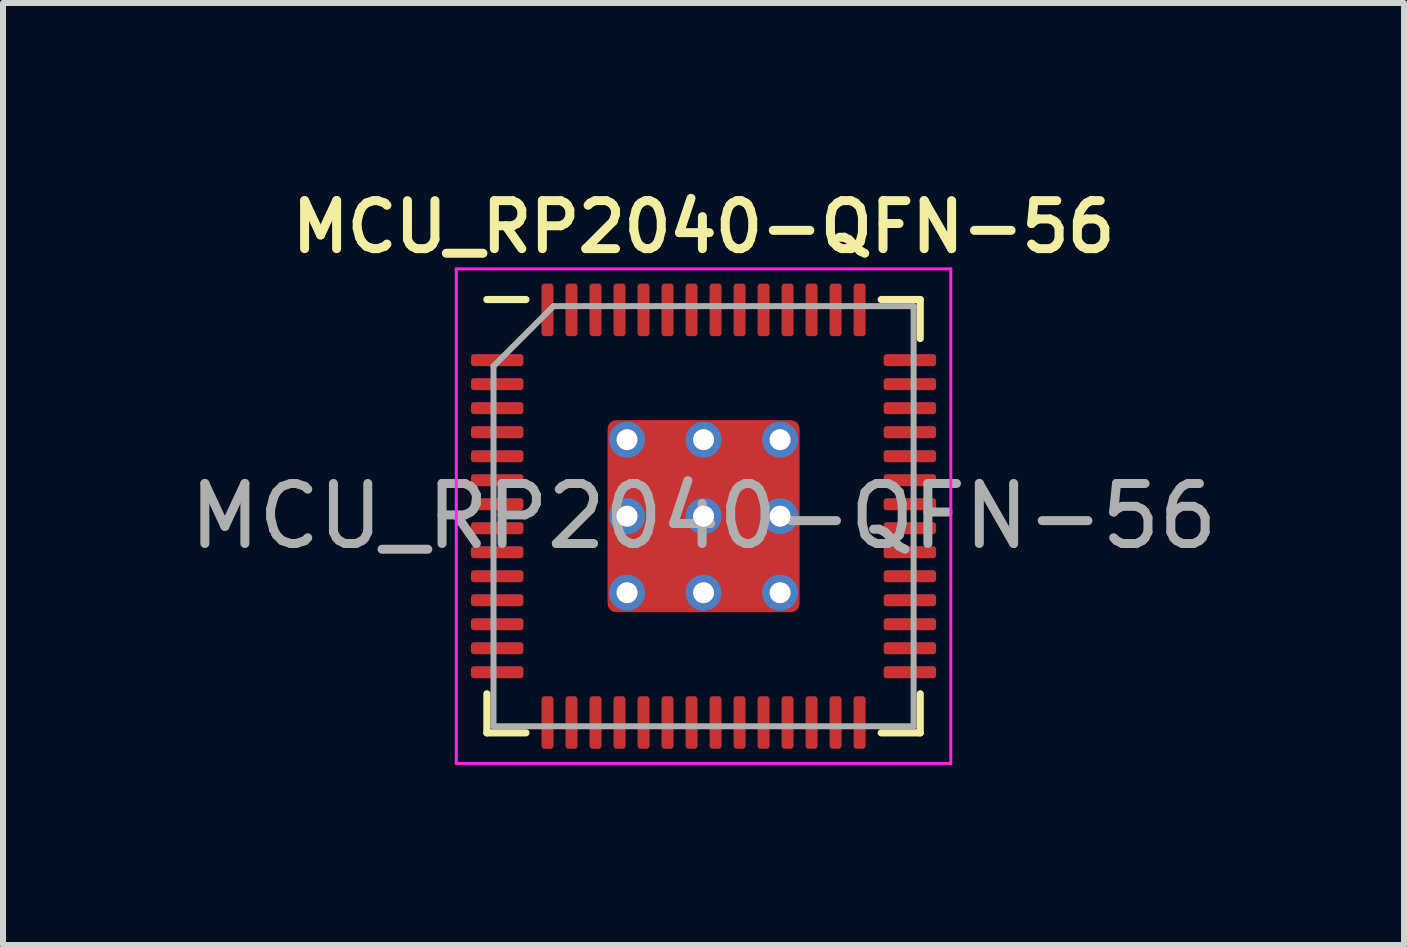
<source format=kicad_pcb>
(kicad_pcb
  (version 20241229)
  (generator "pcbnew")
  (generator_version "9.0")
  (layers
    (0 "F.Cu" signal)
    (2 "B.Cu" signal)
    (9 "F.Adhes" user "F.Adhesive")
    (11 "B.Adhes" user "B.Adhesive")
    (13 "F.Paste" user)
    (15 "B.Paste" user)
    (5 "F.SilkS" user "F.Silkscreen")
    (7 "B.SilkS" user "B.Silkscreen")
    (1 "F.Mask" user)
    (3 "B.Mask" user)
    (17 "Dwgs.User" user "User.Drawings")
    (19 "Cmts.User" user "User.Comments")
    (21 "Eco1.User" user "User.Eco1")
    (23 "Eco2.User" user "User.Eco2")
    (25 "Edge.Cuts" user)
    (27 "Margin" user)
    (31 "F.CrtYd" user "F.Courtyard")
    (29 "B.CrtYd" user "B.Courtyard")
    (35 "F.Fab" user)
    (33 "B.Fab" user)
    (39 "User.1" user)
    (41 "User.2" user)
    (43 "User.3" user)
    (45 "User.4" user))
  (footprint "MCU_RP2040-QFN-56"
    (layer "F.Cu")
    (at 8.673 5.551)
    (property "Reference" "MCU_RP2040-QFN-56" (at 0 -4.82 0) (layer "F.SilkS") (effects (font (size 0.8 0.8) (thickness 0.15))))
    (attr smd)
    (fp_line (start -3.61 3.61) (end -3.61 2.96) (stroke (width 0.12) (type solid)) (layer "F.SilkS"))
    (fp_line (start -2.96 -3.61) (end -3.61 -3.61) (stroke (width 0.12) (type solid)) (layer "F.SilkS"))
    (fp_line (start -2.96 3.61) (end -3.61 3.61) (stroke (width 0.12) (type solid)) (layer "F.SilkS"))
    (fp_line (start 2.96 -3.61) (end 3.61 -3.61) (stroke (width 0.12) (type solid)) (layer "F.SilkS"))
    (fp_line (start 2.96 3.61) (end 3.61 3.61) (stroke (width 0.12) (type solid)) (layer "F.SilkS"))
    (fp_line (start 3.61 -3.61) (end 3.61 -2.96) (stroke (width 0.12) (type solid)) (layer "F.SilkS"))
    (fp_line (start 3.61 3.61) (end 3.61 2.96) (stroke (width 0.12) (type solid)) (layer "F.SilkS"))
    (fp_line (start -4.12 -4.12) (end -4.12 4.12) (stroke (width 0.05) (type solid)) (layer "F.CrtYd"))
    (fp_line (start -4.12 4.12) (end 4.12 4.12) (stroke (width 0.05) (type solid)) (layer "F.CrtYd"))
    (fp_line (start 4.12 -4.12) (end -4.12 -4.12) (stroke (width 0.05) (type solid)) (layer "F.CrtYd"))
    (fp_line (start 4.12 4.12) (end 4.12 -4.12) (stroke (width 0.05) (type solid)) (layer "F.CrtYd"))
    (fp_line (start -3.5 -2.5) (end -2.5 -3.5) (stroke (width 0.1) (type solid)) (layer "F.Fab"))
    (fp_line (start -3.5 3.5) (end -3.5 -2.5) (stroke (width 0.1) (type solid)) (layer "F.Fab"))
    (fp_line (start -2.5 -3.5) (end 3.5 -3.5) (stroke (width 0.1) (type solid)) (layer "F.Fab"))
    (fp_line (start 3.5 -3.5) (end 3.5 3.5) (stroke (width 0.1) (type solid)) (layer "F.Fab"))
    (fp_line (start 3.5 3.5) (end -3.5 3.5) (stroke (width 0.1) (type solid)) (layer "F.Fab"))
    (fp_text user "${REFERENCE}" (at 0 0 0) (layer "F.Fab") (effects (font (size 1 1) (thickness 0.15))))
    (pad "" smd roundrect (at -0.637 -0.637) (size 1.084 1.084) (layers "F.Paste") (roundrect_rratio 0.231))
    (pad "" smd roundrect (at -0.637 0.637) (size 1.084 1.084) (layers "F.Paste") (roundrect_rratio 0.231))
    (pad "" smd roundrect (at 0.637 -0.637) (size 1.084 1.084) (layers "F.Paste") (roundrect_rratio 0.231))
    (pad "" smd roundrect (at 0.637 0.637) (size 1.084 1.084) (layers "F.Paste") (roundrect_rratio 0.231))
    (pad "1" smd roundrect (at -3.438 -2.6) (size 0.875 0.2) (layers "F.Cu" "F.Mask" "F.Paste") (roundrect_rratio 0.25))
    (pad "2" smd roundrect (at -3.438 -2.2) (size 0.875 0.2) (layers "F.Cu" "F.Mask" "F.Paste") (roundrect_rratio 0.25))
    (pad "3" smd roundrect (at -3.438 -1.8) (size 0.875 0.2) (layers "F.Cu" "F.Mask" "F.Paste") (roundrect_rratio 0.25))
    (pad "4" smd roundrect (at -3.438 -1.4) (size 0.875 0.2) (layers "F.Cu" "F.Mask" "F.Paste") (roundrect_rratio 0.25))
    (pad "5" smd roundrect (at -3.438 -1) (size 0.875 0.2) (layers "F.Cu" "F.Mask" "F.Paste") (roundrect_rratio 0.25))
    (pad "6" smd roundrect (at -3.438 -0.6) (size 0.875 0.2) (layers "F.Cu" "F.Mask" "F.Paste") (roundrect_rratio 0.25))
    (pad "7" smd roundrect (at -3.438 -0.2) (size 0.875 0.2) (layers "F.Cu" "F.Mask" "F.Paste") (roundrect_rratio 0.25))
    (pad "8" smd roundrect (at -3.438 0.2) (size 0.875 0.2) (layers "F.Cu" "F.Mask" "F.Paste") (roundrect_rratio 0.25))
    (pad "9" smd roundrect (at -3.438 0.6) (size 0.875 0.2) (layers "F.Cu" "F.Mask" "F.Paste") (roundrect_rratio 0.25))
    (pad "10" smd roundrect (at -3.438 1) (size 0.875 0.2) (layers "F.Cu" "F.Mask" "F.Paste") (roundrect_rratio 0.25))
    (pad "11" smd roundrect (at -3.438 1.4) (size 0.875 0.2) (layers "F.Cu" "F.Mask" "F.Paste") (roundrect_rratio 0.25))
    (pad "12" smd roundrect (at -3.438 1.8) (size 0.875 0.2) (layers "F.Cu" "F.Mask" "F.Paste") (roundrect_rratio 0.25))
    (pad "13" smd roundrect (at -3.438 2.2) (size 0.875 0.2) (layers "F.Cu" "F.Mask" "F.Paste") (roundrect_rratio 0.25))
    (pad "14" smd roundrect (at -3.438 2.6) (size 0.875 0.2) (layers "F.Cu" "F.Mask" "F.Paste") (roundrect_rratio 0.25))
    (pad "15" smd roundrect (at -2.6 3.438) (size 0.2 0.875) (layers "F.Cu" "F.Mask" "F.Paste") (roundrect_rratio 0.25))
    (pad "16" smd roundrect (at -2.2 3.438) (size 0.2 0.875) (layers "F.Cu" "F.Mask" "F.Paste") (roundrect_rratio 0.25))
    (pad "17" smd roundrect (at -1.8 3.438) (size 0.2 0.875) (layers "F.Cu" "F.Mask" "F.Paste") (roundrect_rratio 0.25))
    (pad "18" smd roundrect (at -1.4 3.438) (size 0.2 0.875) (layers "F.Cu" "F.Mask" "F.Paste") (roundrect_rratio 0.25))
    (pad "19" smd roundrect (at -1 3.438) (size 0.2 0.875) (layers "F.Cu" "F.Mask" "F.Paste") (roundrect_rratio 0.25))
    (pad "20" smd roundrect (at -0.6 3.438) (size 0.2 0.875) (layers "F.Cu" "F.Mask" "F.Paste") (roundrect_rratio 0.25))
    (pad "21" smd roundrect (at -0.2 3.438) (size 0.2 0.875) (layers "F.Cu" "F.Mask" "F.Paste") (roundrect_rratio 0.25))
    (pad "22" smd roundrect (at 0.2 3.438) (size 0.2 0.875) (layers "F.Cu" "F.Mask" "F.Paste") (roundrect_rratio 0.25))
    (pad "23" smd roundrect (at 0.6 3.438) (size 0.2 0.875) (layers "F.Cu" "F.Mask" "F.Paste") (roundrect_rratio 0.25))
    (pad "24" smd roundrect (at 1 3.438) (size 0.2 0.875) (layers "F.Cu" "F.Mask" "F.Paste") (roundrect_rratio 0.25))
    (pad "25" smd roundrect (at 1.4 3.438) (size 0.2 0.875) (layers "F.Cu" "F.Mask" "F.Paste") (roundrect_rratio 0.25))
    (pad "26" smd roundrect (at 1.8 3.438) (size 0.2 0.875) (layers "F.Cu" "F.Mask" "F.Paste") (roundrect_rratio 0.25))
    (pad "27" smd roundrect (at 2.2 3.438) (size 0.2 0.875) (layers "F.Cu" "F.Mask" "F.Paste") (roundrect_rratio 0.25))
    (pad "28" smd roundrect (at 2.6 3.438) (size 0.2 0.875) (layers "F.Cu" "F.Mask" "F.Paste") (roundrect_rratio 0.25))
    (pad "29" smd roundrect (at 3.438 2.6) (size 0.875 0.2) (layers "F.Cu" "F.Mask" "F.Paste") (roundrect_rratio 0.25))
    (pad "30" smd roundrect (at 3.438 2.2) (size 0.875 0.2) (layers "F.Cu" "F.Mask" "F.Paste") (roundrect_rratio 0.25))
    (pad "31" smd roundrect (at 3.438 1.8) (size 0.875 0.2) (layers "F.Cu" "F.Mask" "F.Paste") (roundrect_rratio 0.25))
    (pad "32" smd roundrect (at 3.438 1.4) (size 0.875 0.2) (layers "F.Cu" "F.Mask" "F.Paste") (roundrect_rratio 0.25))
    (pad "33" smd roundrect (at 3.438 1) (size 0.875 0.2) (layers "F.Cu" "F.Mask" "F.Paste") (roundrect_rratio 0.25))
    (pad "34" smd roundrect (at 3.438 0.6) (size 0.875 0.2) (layers "F.Cu" "F.Mask" "F.Paste") (roundrect_rratio 0.25))
    (pad "35" smd roundrect (at 3.438 0.2) (size 0.875 0.2) (layers "F.Cu" "F.Mask" "F.Paste") (roundrect_rratio 0.25))
    (pad "36" smd roundrect (at 3.438 -0.2) (size 0.875 0.2) (layers "F.Cu" "F.Mask" "F.Paste") (roundrect_rratio 0.25))
    (pad "37" smd roundrect (at 3.438 -0.6) (size 0.875 0.2) (layers "F.Cu" "F.Mask" "F.Paste") (roundrect_rratio 0.25))
    (pad "38" smd roundrect (at 3.438 -1) (size 0.875 0.2) (layers "F.Cu" "F.Mask" "F.Paste") (roundrect_rratio 0.25))
    (pad "39" smd roundrect (at 3.438 -1.4) (size 0.875 0.2) (layers "F.Cu" "F.Mask" "F.Paste") (roundrect_rratio 0.25))
    (pad "40" smd roundrect (at 3.438 -1.8) (size 0.875 0.2) (layers "F.Cu" "F.Mask" "F.Paste") (roundrect_rratio 0.25))
    (pad "41" smd roundrect (at 3.438 -2.2) (size 0.875 0.2) (layers "F.Cu" "F.Mask" "F.Paste") (roundrect_rratio 0.25))
    (pad "42" smd roundrect (at 3.438 -2.6) (size 0.875 0.2) (layers "F.Cu" "F.Mask" "F.Paste") (roundrect_rratio 0.25))
    (pad "43" smd roundrect (at 2.6 -3.438) (size 0.2 0.875) (layers "F.Cu" "F.Mask" "F.Paste") (roundrect_rratio 0.25))
    (pad "44" smd roundrect (at 2.2 -3.438) (size 0.2 0.875) (layers "F.Cu" "F.Mask" "F.Paste") (roundrect_rratio 0.25))
    (pad "45" smd roundrect (at 1.8 -3.438) (size 0.2 0.875) (layers "F.Cu" "F.Mask" "F.Paste") (roundrect_rratio 0.25))
    (pad "46" smd roundrect (at 1.4 -3.438) (size 0.2 0.875) (layers "F.Cu" "F.Mask" "F.Paste") (roundrect_rratio 0.25))
    (pad "47" smd roundrect (at 1 -3.438) (size 0.2 0.875) (layers "F.Cu" "F.Mask" "F.Paste") (roundrect_rratio 0.25))
    (pad "48" smd roundrect (at 0.6 -3.438) (size 0.2 0.875) (layers "F.Cu" "F.Mask" "F.Paste") (roundrect_rratio 0.25))
    (pad "49" smd roundrect (at 0.2 -3.438) (size 0.2 0.875) (layers "F.Cu" "F.Mask" "F.Paste") (roundrect_rratio 0.25))
    (pad "50" smd roundrect (at -0.2 -3.438) (size 0.2 0.875) (layers "F.Cu" "F.Mask" "F.Paste") (roundrect_rratio 0.25))
    (pad "51" smd roundrect (at -0.6 -3.438) (size 0.2 0.875) (layers "F.Cu" "F.Mask" "F.Paste") (roundrect_rratio 0.25))
    (pad "52" smd roundrect (at -1 -3.438) (size 0.2 0.875) (layers "F.Cu" "F.Mask" "F.Paste") (roundrect_rratio 0.25))
    (pad "53" smd roundrect (at -1.4 -3.438) (size 0.2 0.875) (layers "F.Cu" "F.Mask" "F.Paste") (roundrect_rratio 0.25))
    (pad "54" smd roundrect (at -1.8 -3.438) (size 0.2 0.875) (layers "F.Cu" "F.Mask" "F.Paste") (roundrect_rratio 0.25))
    (pad "55" smd roundrect (at -2.2 -3.438) (size 0.2 0.875) (layers "F.Cu" "F.Mask" "F.Paste") (roundrect_rratio 0.25))
    (pad "56" smd roundrect (at -2.6 -3.438) (size 0.2 0.875) (layers "F.Cu" "F.Mask" "F.Paste") (roundrect_rratio 0.25))
    (pad "57" thru_hole circle (at -1.275 -1.275) (size 0.6 0.6) (drill 0.35) (layers "*.Cu"))
    (pad "57" thru_hole circle (at -1.275 0) (size 0.6 0.6) (drill 0.35) (layers "*.Cu"))
    (pad "57" thru_hole circle (at -1.275 1.275) (size 0.6 0.6) (drill 0.35) (layers "*.Cu"))
    (pad "57" thru_hole circle (at 0 -1.275) (size 0.6 0.6) (drill 0.35) (layers "*.Cu"))
    (pad "57" thru_hole circle (at 0 0) (size 0.6 0.6) (drill 0.35) (layers "*.Cu"))
    (pad "57" smd roundrect (at 0 0) (size 3.2 3.2) (layers "F.Cu" "F.Mask") (roundrect_rratio 0.045))
    (pad "57" thru_hole circle (at 0 1.275) (size 0.6 0.6) (drill 0.35) (layers "*.Cu"))
    (pad "57" thru_hole circle (at 1.275 -1.275) (size 0.6 0.6) (drill 0.35) (layers "*.Cu"))
    (pad "57" thru_hole circle (at 1.275 0) (size 0.6 0.6) (drill 0.35) (layers "*.Cu"))
    (pad "57" thru_hole circle (at 1.275 1.275) (size 0.6 0.6) (drill 0.35) (layers "*.Cu")))
  (gr_rect
    (start -3 -3)
    (end 20.345 12.696)
    (stroke (width 0.1) (type default))
    (fill no)
    (layer "Edge.Cuts")))
</source>
